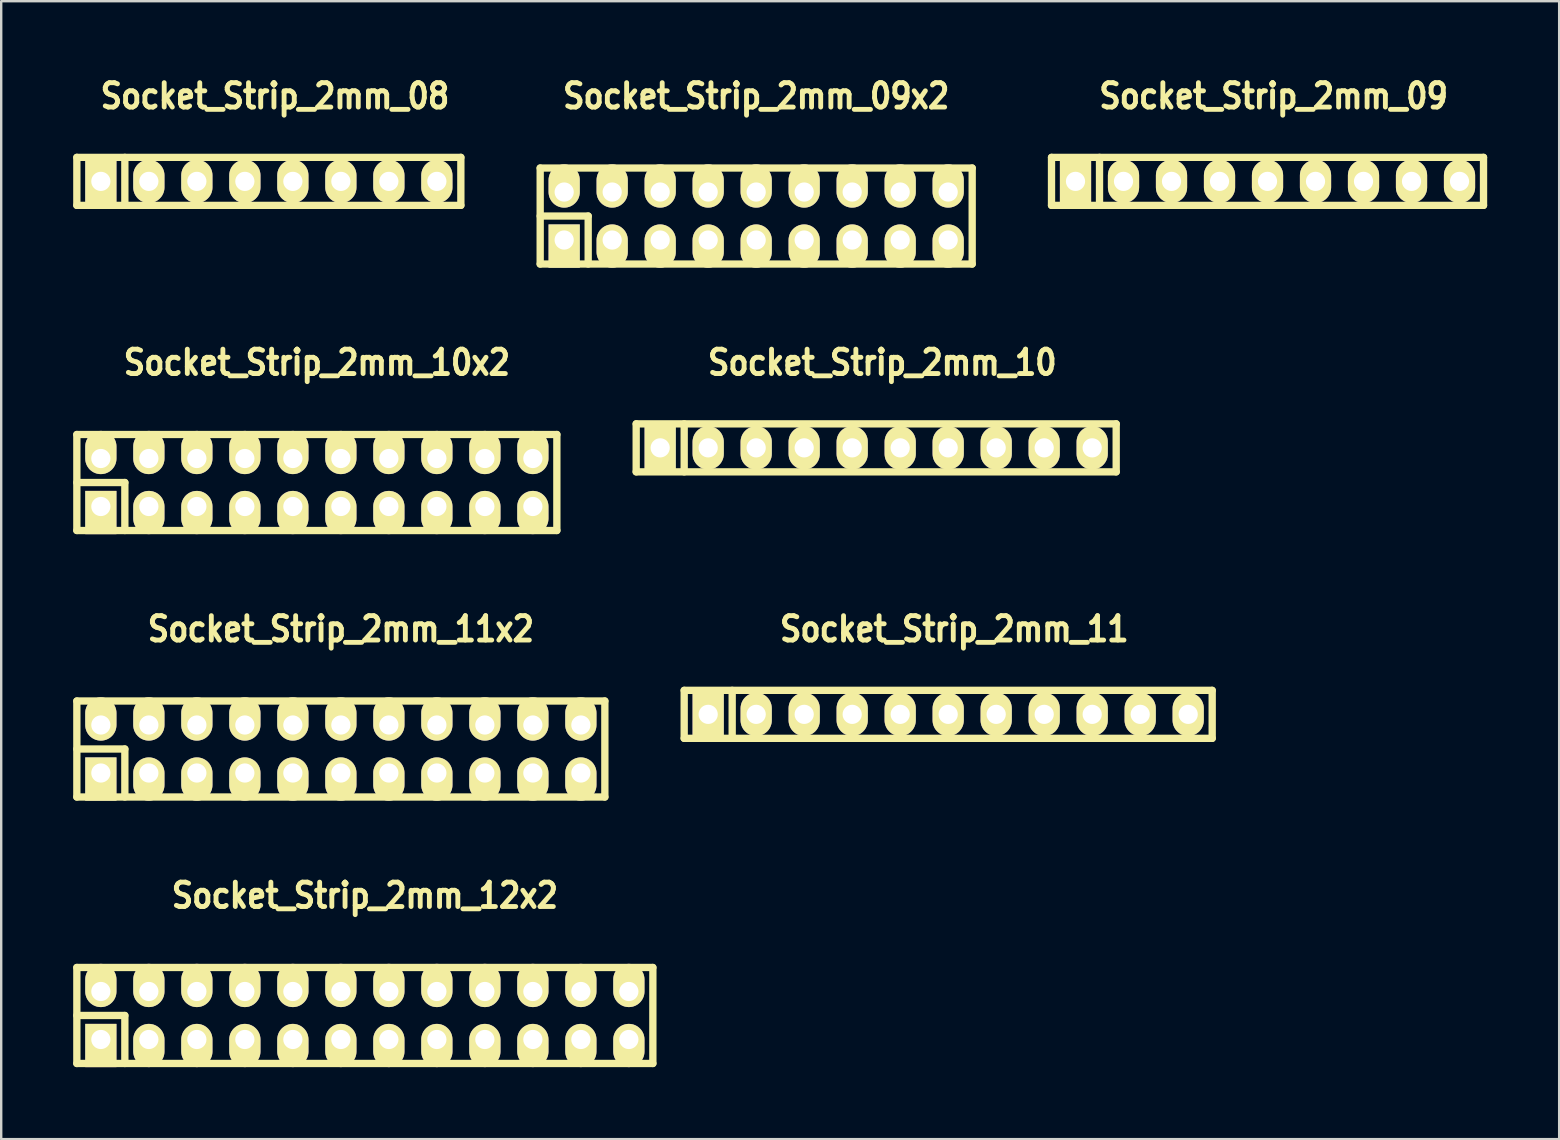
<source format=kicad_pcb>
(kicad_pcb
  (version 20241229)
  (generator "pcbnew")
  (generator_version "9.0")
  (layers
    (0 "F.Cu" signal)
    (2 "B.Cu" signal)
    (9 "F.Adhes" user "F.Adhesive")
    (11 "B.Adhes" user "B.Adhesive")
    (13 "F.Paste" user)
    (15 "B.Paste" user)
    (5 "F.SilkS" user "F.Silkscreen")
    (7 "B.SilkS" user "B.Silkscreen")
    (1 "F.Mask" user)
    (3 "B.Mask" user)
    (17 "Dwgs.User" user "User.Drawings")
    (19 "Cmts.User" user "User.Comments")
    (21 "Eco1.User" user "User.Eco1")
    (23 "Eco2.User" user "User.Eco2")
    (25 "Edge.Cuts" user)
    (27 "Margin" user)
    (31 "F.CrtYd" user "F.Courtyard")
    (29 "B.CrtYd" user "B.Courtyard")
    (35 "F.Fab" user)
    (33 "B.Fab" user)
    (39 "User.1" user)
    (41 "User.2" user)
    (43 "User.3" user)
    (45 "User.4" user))
  (footprint "Socket_Strip_2mm_10"
    (layer "F.Cu")
    (at 33.457 15.61)
    (property "Reference" "Socket_Strip_2mm_10" (at 0.254 -3.556 0) (layer "F.SilkS") (effects (font (size 1.016 0.889) (thickness 0.203))))
    (attr through_hole)
    (fp_line (start -10 -1) (end 10 -1) (stroke (width 0.305) (type solid)) (layer "F.SilkS"))
    (fp_line (start -10 1) (end -10 -1) (stroke (width 0.305) (type solid)) (layer "F.SilkS"))
    (fp_line (start -8 -1) (end -8 1) (stroke (width 0.305) (type solid)) (layer "F.SilkS"))
    (fp_line (start 10 -1) (end 10 1) (stroke (width 0.305) (type solid)) (layer "F.SilkS"))
    (fp_line (start 10 1) (end -10 1) (stroke (width 0.305) (type solid)) (layer "F.SilkS"))
    (pad "1" thru_hole rect (at -9 0) (size 1.3 1.8) (drill 0.8) (layers "*.Cu" "*.Mask" "F.SilkS"))
    (pad "2" thru_hole oval (at -7 0) (size 1.3 1.8) (drill 0.8) (layers "*.Cu" "*.Mask" "F.SilkS"))
    (pad "3" thru_hole oval (at -5 0) (size 1.3 1.8) (drill 0.8) (layers "*.Cu" "*.Mask" "F.SilkS"))
    (pad "4" thru_hole oval (at -3 0) (size 1.3 1.8) (drill 0.8) (layers "*.Cu" "*.Mask" "F.SilkS"))
    (pad "5" thru_hole oval (at -1 0) (size 1.3 1.8) (drill 0.8) (layers "*.Cu" "*.Mask" "F.SilkS"))
    (pad "6" thru_hole oval (at 1 0) (size 1.3 1.8) (drill 0.8) (layers "*.Cu" "*.Mask" "F.SilkS"))
    (pad "7" thru_hole oval (at 3 0) (size 1.3 1.8) (drill 0.8) (layers "*.Cu" "*.Mask" "F.SilkS"))
    (pad "8" thru_hole oval (at 5 0) (size 1.3 1.8) (drill 0.8) (layers "*.Cu" "*.Mask" "F.SilkS"))
    (pad "9" thru_hole oval (at 7 0) (size 1.3 1.8) (drill 0.8) (layers "*.Cu" "*.Mask" "F.SilkS"))
    (pad "10" thru_hole oval (at 9 0) (size 1.3 1.8) (drill 0.8) (layers "*.Cu" "*.Mask" "F.SilkS")))
  (footprint "Socket_Strip_2mm_08"
    (layer "F.Cu")
    (at 8.152 4.507)
    (property "Reference" "Socket_Strip_2mm_08" (at 0.254 -3.556 0) (layer "F.SilkS") (effects (font (size 1.016 0.889) (thickness 0.203))))
    (attr through_hole)
    (fp_line (start -8 -1) (end 8 -1) (stroke (width 0.305) (type solid)) (layer "F.SilkS"))
    (fp_line (start -8 1) (end -8 -1) (stroke (width 0.305) (type solid)) (layer "F.SilkS"))
    (fp_line (start -6 -1) (end -6 1) (stroke (width 0.305) (type solid)) (layer "F.SilkS"))
    (fp_line (start 8 -1) (end 8 1) (stroke (width 0.305) (type solid)) (layer "F.SilkS"))
    (fp_line (start 8 1) (end -8 1) (stroke (width 0.305) (type solid)) (layer "F.SilkS"))
    (pad "1" thru_hole rect (at -7 0) (size 1.3 1.8) (drill 0.8) (layers "*.Cu" "*.Mask" "F.SilkS"))
    (pad "2" thru_hole oval (at -5 0) (size 1.3 1.8) (drill 0.8) (layers "*.Cu" "*.Mask" "F.SilkS"))
    (pad "3" thru_hole oval (at -3 0) (size 1.3 1.8) (drill 0.8) (layers "*.Cu" "*.Mask" "F.SilkS"))
    (pad "4" thru_hole oval (at -1 0) (size 1.3 1.8) (drill 0.8) (layers "*.Cu" "*.Mask" "F.SilkS"))
    (pad "5" thru_hole oval (at 1 0) (size 1.3 1.8) (drill 0.8) (layers "*.Cu" "*.Mask" "F.SilkS"))
    (pad "6" thru_hole oval (at 3 0) (size 1.3 1.8) (drill 0.8) (layers "*.Cu" "*.Mask" "F.SilkS"))
    (pad "7" thru_hole oval (at 5 0) (size 1.3 1.8) (drill 0.8) (layers "*.Cu" "*.Mask" "F.SilkS"))
    (pad "8" thru_hole oval (at 7 0) (size 1.3 1.8) (drill 0.8) (layers "*.Cu" "*.Mask" "F.SilkS")))
  (footprint "Socket_Strip_2mm_11x2"
    (layer "F.Cu")
    (at 11.152 28.158)
    (property "Reference" "Socket_Strip_2mm_11x2" (at 0 -5 0) (layer "F.SilkS") (effects (font (size 1.016 0.889) (thickness 0.203))))
    (attr through_hole)
    (fp_line (start -11 -2) (end 11 -2) (stroke (width 0.305) (type solid)) (layer "F.SilkS"))
    (fp_line (start -11 0) (end -9 0) (stroke (width 0.305) (type solid)) (layer "F.SilkS"))
    (fp_line (start -11 2) (end -11 -2) (stroke (width 0.305) (type solid)) (layer "F.SilkS"))
    (fp_line (start -9 0) (end -9 2) (stroke (width 0.305) (type solid)) (layer "F.SilkS"))
    (fp_line (start 11 -2) (end 11 2) (stroke (width 0.305) (type solid)) (layer "F.SilkS"))
    (fp_line (start 11 2) (end -11 2) (stroke (width 0.305) (type solid)) (layer "F.SilkS"))
    (pad "1" thru_hole rect (at -10 1) (size 1.3 1.8) (drill 0.8 (offset 0 0.25)) (layers "*.Cu" "*.Mask" "F.SilkS"))
    (pad "2" thru_hole oval (at -10 -1) (size 1.3 1.8) (drill 0.8 (offset 0 -0.25)) (layers "*.Cu" "*.Mask" "F.SilkS"))
    (pad "3" thru_hole oval (at -8 1) (size 1.3 1.8) (drill 0.8 (offset 0 0.25)) (layers "*.Cu" "*.Mask" "F.SilkS"))
    (pad "4" thru_hole oval (at -8 -1) (size 1.3 1.8) (drill 0.8 (offset 0 -0.25)) (layers "*.Cu" "*.Mask" "F.SilkS"))
    (pad "5" thru_hole oval (at -6 1) (size 1.3 1.8) (drill 0.8 (offset 0 0.25)) (layers "*.Cu" "*.Mask" "F.SilkS"))
    (pad "6" thru_hole oval (at -6 -1) (size 1.3 1.8) (drill 0.8 (offset 0 -0.25)) (layers "*.Cu" "*.Mask" "F.SilkS"))
    (pad "7" thru_hole oval (at -4 1) (size 1.3 1.8) (drill 0.8 (offset 0 0.25)) (layers "*.Cu" "*.Mask" "F.SilkS"))
    (pad "8" thru_hole oval (at -4 -1) (size 1.3 1.8) (drill 0.8 (offset 0 -0.25)) (layers "*.Cu" "*.Mask" "F.SilkS"))
    (pad "9" thru_hole oval (at -2 1) (size 1.3 1.8) (drill 0.8 (offset 0 0.25)) (layers "*.Cu" "*.Mask" "F.SilkS"))
    (pad "10" thru_hole oval (at -2 -1) (size 1.3 1.8) (drill 0.8 (offset 0 -0.25)) (layers "*.Cu" "*.Mask" "F.SilkS"))
    (pad "11" thru_hole oval (at 0 1) (size 1.3 1.8) (drill 0.8 (offset 0 0.25)) (layers "*.Cu" "*.Mask" "F.SilkS"))
    (pad "12" thru_hole oval (at 0 -1) (size 1.3 1.8) (drill 0.8 (offset 0 -0.25)) (layers "*.Cu" "*.Mask" "F.SilkS"))
    (pad "13" thru_hole oval (at 2 1) (size 1.3 1.8) (drill 0.8 (offset 0 0.25)) (layers "*.Cu" "*.Mask" "F.SilkS"))
    (pad "14" thru_hole oval (at 2 -1) (size 1.3 1.8) (drill 0.8 (offset 0 -0.25)) (layers "*.Cu" "*.Mask" "F.SilkS"))
    (pad "15" thru_hole oval (at 4 1) (size 1.3 1.8) (drill 0.8 (offset 0 0.25)) (layers "*.Cu" "*.Mask" "F.SilkS"))
    (pad "16" thru_hole oval (at 4 -1) (size 1.3 1.8) (drill 0.8 (offset 0 -0.25)) (layers "*.Cu" "*.Mask" "F.SilkS"))
    (pad "17" thru_hole oval (at 6 1) (size 1.3 1.8) (drill 0.8 (offset 0 0.25)) (layers "*.Cu" "*.Mask" "F.SilkS"))
    (pad "18" thru_hole oval (at 6 -1) (size 1.3 1.8) (drill 0.8 (offset 0 -0.25)) (layers "*.Cu" "*.Mask" "F.SilkS"))
    (pad "19" thru_hole oval (at 8 1) (size 1.3 1.8) (drill 0.8 (offset 0 0.25)) (layers "*.Cu" "*.Mask" "F.SilkS"))
    (pad "20" thru_hole oval (at 8 -1) (size 1.3 1.8) (drill 0.8 (offset 0 -0.25)) (layers "*.Cu" "*.Mask" "F.SilkS"))
    (pad "21" thru_hole oval (at 10 1) (size 1.3 1.8) (drill 0.8 (offset 0 0.25)) (layers "*.Cu" "*.Mask" "F.SilkS"))
    (pad "22" thru_hole oval (at 10 -1) (size 1.3 1.8) (drill 0.8 (offset 0 -0.25)) (layers "*.Cu" "*.Mask" "F.SilkS")))
  (footprint "Socket_Strip_2mm_09x2"
    (layer "F.Cu")
    (at 28.457 5.951)
    (property "Reference" "Socket_Strip_2mm_09x2" (at 0 -5 0) (layer "F.SilkS") (effects (font (size 1.016 0.889) (thickness 0.203))))
    (attr through_hole)
    (fp_line (start -9 -2) (end 9 -2) (stroke (width 0.305) (type solid)) (layer "F.SilkS"))
    (fp_line (start -9 0) (end -7 0) (stroke (width 0.305) (type solid)) (layer "F.SilkS"))
    (fp_line (start -9 2) (end -9 -2) (stroke (width 0.305) (type solid)) (layer "F.SilkS"))
    (fp_line (start -7 0) (end -7 2) (stroke (width 0.305) (type solid)) (layer "F.SilkS"))
    (fp_line (start 9 -2) (end 9 2) (stroke (width 0.305) (type solid)) (layer "F.SilkS"))
    (fp_line (start 9 2) (end -9 2) (stroke (width 0.305) (type solid)) (layer "F.SilkS"))
    (pad "1" thru_hole rect (at -8 1) (size 1.3 1.8) (drill 0.8 (offset 0 0.25)) (layers "*.Cu" "*.Mask" "F.SilkS"))
    (pad "2" thru_hole oval (at -8 -1) (size 1.3 1.8) (drill 0.8 (offset 0 -0.25)) (layers "*.Cu" "*.Mask" "F.SilkS"))
    (pad "3" thru_hole oval (at -6 1) (size 1.3 1.8) (drill 0.8 (offset 0 0.25)) (layers "*.Cu" "*.Mask" "F.SilkS"))
    (pad "4" thru_hole oval (at -6 -1) (size 1.3 1.8) (drill 0.8 (offset 0 -0.25)) (layers "*.Cu" "*.Mask" "F.SilkS"))
    (pad "5" thru_hole oval (at -4 1) (size 1.3 1.8) (drill 0.8 (offset 0 0.25)) (layers "*.Cu" "*.Mask" "F.SilkS"))
    (pad "6" thru_hole oval (at -4 -1) (size 1.3 1.8) (drill 0.8 (offset 0 -0.25)) (layers "*.Cu" "*.Mask" "F.SilkS"))
    (pad "7" thru_hole oval (at -2 1) (size 1.3 1.8) (drill 0.8 (offset 0 0.25)) (layers "*.Cu" "*.Mask" "F.SilkS"))
    (pad "8" thru_hole oval (at -2 -1) (size 1.3 1.8) (drill 0.8 (offset 0 -0.25)) (layers "*.Cu" "*.Mask" "F.SilkS"))
    (pad "9" thru_hole oval (at 0 1) (size 1.3 1.8) (drill 0.8 (offset 0 0.25)) (layers "*.Cu" "*.Mask" "F.SilkS"))
    (pad "10" thru_hole oval (at 0 -1) (size 1.3 1.8) (drill 0.8 (offset 0 -0.25)) (layers "*.Cu" "*.Mask" "F.SilkS"))
    (pad "11" thru_hole oval (at 2 1) (size 1.3 1.8) (drill 0.8 (offset 0 0.25)) (layers "*.Cu" "*.Mask" "F.SilkS"))
    (pad "12" thru_hole oval (at 2 -1) (size 1.3 1.8) (drill 0.8 (offset 0 -0.25)) (layers "*.Cu" "*.Mask" "F.SilkS"))
    (pad "13" thru_hole oval (at 4 1) (size 1.3 1.8) (drill 0.8 (offset 0 0.25)) (layers "*.Cu" "*.Mask" "F.SilkS"))
    (pad "14" thru_hole oval (at 4 -1) (size 1.3 1.8) (drill 0.8 (offset 0 -0.25)) (layers "*.Cu" "*.Mask" "F.SilkS"))
    (pad "15" thru_hole oval (at 6 1) (size 1.3 1.8) (drill 0.8 (offset 0 0.25)) (layers "*.Cu" "*.Mask" "F.SilkS"))
    (pad "16" thru_hole oval (at 6 -1) (size 1.3 1.8) (drill 0.8 (offset 0 -0.25)) (layers "*.Cu" "*.Mask" "F.SilkS"))
    (pad "17" thru_hole oval (at 8 1) (size 1.3 1.8) (drill 0.8 (offset 0 0.25)) (layers "*.Cu" "*.Mask" "F.SilkS"))
    (pad "18" thru_hole oval (at 8 -1) (size 1.3 1.8) (drill 0.8 (offset 0 -0.25)) (layers "*.Cu" "*.Mask" "F.SilkS")))
  (footprint "Socket_Strip_2mm_12x2"
    (layer "F.Cu")
    (at 12.152 39.261)
    (property "Reference" "Socket_Strip_2mm_12x2" (at 0 -5 0) (layer "F.SilkS") (effects (font (size 1.016 0.889) (thickness 0.203))))
    (attr through_hole)
    (fp_line (start -12 -2) (end 12 -2) (stroke (width 0.305) (type solid)) (layer "F.SilkS"))
    (fp_line (start -12 0) (end -10 0) (stroke (width 0.305) (type solid)) (layer "F.SilkS"))
    (fp_line (start -12 2) (end -12 -2) (stroke (width 0.305) (type solid)) (layer "F.SilkS"))
    (fp_line (start -10 0) (end -10 2) (stroke (width 0.305) (type solid)) (layer "F.SilkS"))
    (fp_line (start 12 -2) (end 12 2) (stroke (width 0.305) (type solid)) (layer "F.SilkS"))
    (fp_line (start 12 2) (end -12 2) (stroke (width 0.305) (type solid)) (layer "F.SilkS"))
    (pad "1" thru_hole rect (at -11 1) (size 1.3 1.8) (drill 0.8 (offset 0 0.25)) (layers "*.Cu" "*.Mask" "F.SilkS"))
    (pad "2" thru_hole oval (at -11 -1) (size 1.3 1.8) (drill 0.8 (offset 0 -0.25)) (layers "*.Cu" "*.Mask" "F.SilkS"))
    (pad "3" thru_hole oval (at -9 1) (size 1.3 1.8) (drill 0.8 (offset 0 0.25)) (layers "*.Cu" "*.Mask" "F.SilkS"))
    (pad "4" thru_hole oval (at -9 -1) (size 1.3 1.8) (drill 0.8 (offset 0 -0.25)) (layers "*.Cu" "*.Mask" "F.SilkS"))
    (pad "5" thru_hole oval (at -7 1) (size 1.3 1.8) (drill 0.8 (offset 0 0.25)) (layers "*.Cu" "*.Mask" "F.SilkS"))
    (pad "6" thru_hole oval (at -7 -1) (size 1.3 1.8) (drill 0.8 (offset 0 -0.25)) (layers "*.Cu" "*.Mask" "F.SilkS"))
    (pad "7" thru_hole oval (at -5 1) (size 1.3 1.8) (drill 0.8 (offset 0 0.25)) (layers "*.Cu" "*.Mask" "F.SilkS"))
    (pad "8" thru_hole oval (at -5 -1) (size 1.3 1.8) (drill 0.8 (offset 0 -0.25)) (layers "*.Cu" "*.Mask" "F.SilkS"))
    (pad "9" thru_hole oval (at -3 1) (size 1.3 1.8) (drill 0.8 (offset 0 0.25)) (layers "*.Cu" "*.Mask" "F.SilkS"))
    (pad "10" thru_hole oval (at -3 -1) (size 1.3 1.8) (drill 0.8 (offset 0 -0.25)) (layers "*.Cu" "*.Mask" "F.SilkS"))
    (pad "11" thru_hole oval (at -1 1) (size 1.3 1.8) (drill 0.8 (offset 0 0.25)) (layers "*.Cu" "*.Mask" "F.SilkS"))
    (pad "12" thru_hole oval (at -1 -1) (size 1.3 1.8) (drill 0.8 (offset 0 -0.25)) (layers "*.Cu" "*.Mask" "F.SilkS"))
    (pad "13" thru_hole oval (at 1 1) (size 1.3 1.8) (drill 0.8 (offset 0 0.25)) (layers "*.Cu" "*.Mask" "F.SilkS"))
    (pad "14" thru_hole oval (at 1 -1) (size 1.3 1.8) (drill 0.8 (offset 0 -0.25)) (layers "*.Cu" "*.Mask" "F.SilkS"))
    (pad "15" thru_hole oval (at 3 1) (size 1.3 1.8) (drill 0.8 (offset 0 0.25)) (layers "*.Cu" "*.Mask" "F.SilkS"))
    (pad "16" thru_hole oval (at 3 -1) (size 1.3 1.8) (drill 0.8 (offset 0 -0.25)) (layers "*.Cu" "*.Mask" "F.SilkS"))
    (pad "17" thru_hole oval (at 5 1) (size 1.3 1.8) (drill 0.8 (offset 0 0.25)) (layers "*.Cu" "*.Mask" "F.SilkS"))
    (pad "18" thru_hole oval (at 5 -1) (size 1.3 1.8) (drill 0.8 (offset 0 -0.25)) (layers "*.Cu" "*.Mask" "F.SilkS"))
    (pad "19" thru_hole oval (at 7 1) (size 1.3 1.8) (drill 0.8 (offset 0 0.25)) (layers "*.Cu" "*.Mask" "F.SilkS"))
    (pad "20" thru_hole oval (at 7 -1) (size 1.3 1.8) (drill 0.8 (offset 0 -0.25)) (layers "*.Cu" "*.Mask" "F.SilkS"))
    (pad "21" thru_hole oval (at 9 1) (size 1.3 1.8) (drill 0.8 (offset 0 0.25)) (layers "*.Cu" "*.Mask" "F.SilkS"))
    (pad "22" thru_hole oval (at 9 -1) (size 1.3 1.8) (drill 0.8 (offset 0 -0.25)) (layers "*.Cu" "*.Mask" "F.SilkS"))
    (pad "23" thru_hole oval (at 11 1) (size 1.3 1.8) (drill 0.8 (offset 0 0.25)) (layers "*.Cu" "*.Mask" "F.SilkS"))
    (pad "24" thru_hole oval (at 11 -1) (size 1.3 1.8) (drill 0.8 (offset 0 -0.25)) (layers "*.Cu" "*.Mask" "F.SilkS")))
  (footprint "Socket_Strip_2mm_11"
    (layer "F.Cu")
    (at 36.457 26.714)
    (property "Reference" "Socket_Strip_2mm_11" (at 0.254 -3.556 0) (layer "F.SilkS") (effects (font (size 1.016 0.889) (thickness 0.203))))
    (attr through_hole)
    (fp_line (start -11 -1) (end 11 -1) (stroke (width 0.305) (type solid)) (layer "F.SilkS"))
    (fp_line (start -11 1) (end -11 -1) (stroke (width 0.305) (type solid)) (layer "F.SilkS"))
    (fp_line (start -9 -1) (end -9 1) (stroke (width 0.305) (type solid)) (layer "F.SilkS"))
    (fp_line (start 11 -1) (end 11 1) (stroke (width 0.305) (type solid)) (layer "F.SilkS"))
    (fp_line (start 11 1) (end -11 1) (stroke (width 0.305) (type solid)) (layer "F.SilkS"))
    (pad "1" thru_hole rect (at -10 0) (size 1.3 1.8) (drill 0.8) (layers "*.Cu" "*.Mask" "F.SilkS"))
    (pad "2" thru_hole oval (at -8 0) (size 1.3 1.8) (drill 0.8) (layers "*.Cu" "*.Mask" "F.SilkS"))
    (pad "3" thru_hole oval (at -6 0) (size 1.3 1.8) (drill 0.8) (layers "*.Cu" "*.Mask" "F.SilkS"))
    (pad "4" thru_hole oval (at -4 0) (size 1.3 1.8) (drill 0.8) (layers "*.Cu" "*.Mask" "F.SilkS"))
    (pad "5" thru_hole oval (at -2 0) (size 1.3 1.8) (drill 0.8) (layers "*.Cu" "*.Mask" "F.SilkS"))
    (pad "6" thru_hole oval (at 0 0) (size 1.3 1.8) (drill 0.8) (layers "*.Cu" "*.Mask" "F.SilkS"))
    (pad "7" thru_hole oval (at 2 0) (size 1.3 1.8) (drill 0.8) (layers "*.Cu" "*.Mask" "F.SilkS"))
    (pad "8" thru_hole oval (at 4 0) (size 1.3 1.8) (drill 0.8) (layers "*.Cu" "*.Mask" "F.SilkS"))
    (pad "9" thru_hole oval (at 6 0) (size 1.3 1.8) (drill 0.8) (layers "*.Cu" "*.Mask" "F.SilkS"))
    (pad "10" thru_hole oval (at 8 0) (size 1.3 1.8) (drill 0.8) (layers "*.Cu" "*.Mask" "F.SilkS"))
    (pad "11" thru_hole oval (at 10 0) (size 1.3 1.8) (drill 0.8) (layers "*.Cu" "*.Mask" "F.SilkS")))
  (footprint "Socket_Strip_2mm_09"
    (layer "F.Cu")
    (at 49.762 4.507)
    (property "Reference" "Socket_Strip_2mm_09" (at 0.254 -3.556 0) (layer "F.SilkS") (effects (font (size 1.016 0.889) (thickness 0.203))))
    (attr through_hole)
    (fp_line (start -9 -1) (end 9 -1) (stroke (width 0.305) (type solid)) (layer "F.SilkS"))
    (fp_line (start -9 1) (end -9 -1) (stroke (width 0.305) (type solid)) (layer "F.SilkS"))
    (fp_line (start -7 -1) (end -7 1) (stroke (width 0.305) (type solid)) (layer "F.SilkS"))
    (fp_line (start 9 -1) (end 9 1) (stroke (width 0.305) (type solid)) (layer "F.SilkS"))
    (fp_line (start 9 1) (end -9 1) (stroke (width 0.305) (type solid)) (layer "F.SilkS"))
    (pad "1" thru_hole rect (at -8 0) (size 1.3 1.8) (drill 0.8) (layers "*.Cu" "*.Mask" "F.SilkS"))
    (pad "2" thru_hole oval (at -6 0) (size 1.3 1.8) (drill 0.8) (layers "*.Cu" "*.Mask" "F.SilkS"))
    (pad "3" thru_hole oval (at -4 0) (size 1.3 1.8) (drill 0.8) (layers "*.Cu" "*.Mask" "F.SilkS"))
    (pad "4" thru_hole oval (at -2 0) (size 1.3 1.8) (drill 0.8) (layers "*.Cu" "*.Mask" "F.SilkS"))
    (pad "5" thru_hole oval (at 0 0) (size 1.3 1.8) (drill 0.8) (layers "*.Cu" "*.Mask" "F.SilkS"))
    (pad "6" thru_hole oval (at 2 0) (size 1.3 1.8) (drill 0.8) (layers "*.Cu" "*.Mask" "F.SilkS"))
    (pad "7" thru_hole oval (at 4 0) (size 1.3 1.8) (drill 0.8) (layers "*.Cu" "*.Mask" "F.SilkS"))
    (pad "8" thru_hole oval (at 6 0) (size 1.3 1.8) (drill 0.8) (layers "*.Cu" "*.Mask" "F.SilkS"))
    (pad "9" thru_hole oval (at 8 0) (size 1.3 1.8) (drill 0.8) (layers "*.Cu" "*.Mask" "F.SilkS")))
  (footprint "Socket_Strip_2mm_10x2"
    (layer "F.Cu")
    (at 10.152 17.054)
    (property "Reference" "Socket_Strip_2mm_10x2" (at 0 -5 0) (layer "F.SilkS") (effects (font (size 1.016 0.889) (thickness 0.203))))
    (attr through_hole)
    (fp_line (start -10 -2) (end 10 -2) (stroke (width 0.305) (type solid)) (layer "F.SilkS"))
    (fp_line (start -10 0) (end -8 0) (stroke (width 0.305) (type solid)) (layer "F.SilkS"))
    (fp_line (start -10 2) (end -10 -2) (stroke (width 0.305) (type solid)) (layer "F.SilkS"))
    (fp_line (start -8 0) (end -8 2) (stroke (width 0.305) (type solid)) (layer "F.SilkS"))
    (fp_line (start 10 -2) (end 10 2) (stroke (width 0.305) (type solid)) (layer "F.SilkS"))
    (fp_line (start 10 2) (end -10 2) (stroke (width 0.305) (type solid)) (layer "F.SilkS"))
    (pad "1" thru_hole rect (at -9 1) (size 1.3 1.8) (drill 0.8 (offset 0 0.25)) (layers "*.Cu" "*.Mask" "F.SilkS"))
    (pad "2" thru_hole oval (at -9 -1) (size 1.3 1.8) (drill 0.8 (offset 0 -0.25)) (layers "*.Cu" "*.Mask" "F.SilkS"))
    (pad "3" thru_hole oval (at -7 1) (size 1.3 1.8) (drill 0.8 (offset 0 0.25)) (layers "*.Cu" "*.Mask" "F.SilkS"))
    (pad "4" thru_hole oval (at -7 -1) (size 1.3 1.8) (drill 0.8 (offset 0 -0.25)) (layers "*.Cu" "*.Mask" "F.SilkS"))
    (pad "5" thru_hole oval (at -5 1) (size 1.3 1.8) (drill 0.8 (offset 0 0.25)) (layers "*.Cu" "*.Mask" "F.SilkS"))
    (pad "6" thru_hole oval (at -5 -1) (size 1.3 1.8) (drill 0.8 (offset 0 -0.25)) (layers "*.Cu" "*.Mask" "F.SilkS"))
    (pad "7" thru_hole oval (at -3 1) (size 1.3 1.8) (drill 0.8 (offset 0 0.25)) (layers "*.Cu" "*.Mask" "F.SilkS"))
    (pad "8" thru_hole oval (at -3 -1) (size 1.3 1.8) (drill 0.8 (offset 0 -0.25)) (layers "*.Cu" "*.Mask" "F.SilkS"))
    (pad "9" thru_hole oval (at -1 1) (size 1.3 1.8) (drill 0.8 (offset 0 0.25)) (layers "*.Cu" "*.Mask" "F.SilkS"))
    (pad "10" thru_hole oval (at -1 -1) (size 1.3 1.8) (drill 0.8 (offset 0 -0.25)) (layers "*.Cu" "*.Mask" "F.SilkS"))
    (pad "11" thru_hole oval (at 1 1) (size 1.3 1.8) (drill 0.8 (offset 0 0.25)) (layers "*.Cu" "*.Mask" "F.SilkS"))
    (pad "12" thru_hole oval (at 1 -1) (size 1.3 1.8) (drill 0.8 (offset 0 -0.25)) (layers "*.Cu" "*.Mask" "F.SilkS"))
    (pad "13" thru_hole oval (at 3 1) (size 1.3 1.8) (drill 0.8 (offset 0 0.25)) (layers "*.Cu" "*.Mask" "F.SilkS"))
    (pad "14" thru_hole oval (at 3 -1) (size 1.3 1.8) (drill 0.8 (offset 0 -0.25)) (layers "*.Cu" "*.Mask" "F.SilkS"))
    (pad "15" thru_hole oval (at 5 1) (size 1.3 1.8) (drill 0.8 (offset 0 0.25)) (layers "*.Cu" "*.Mask" "F.SilkS"))
    (pad "16" thru_hole oval (at 5 -1) (size 1.3 1.8) (drill 0.8 (offset 0 -0.25)) (layers "*.Cu" "*.Mask" "F.SilkS"))
    (pad "17" thru_hole oval (at 7 1) (size 1.3 1.8) (drill 0.8 (offset 0 0.25)) (layers "*.Cu" "*.Mask" "F.SilkS"))
    (pad "18" thru_hole oval (at 7 -1) (size 1.3 1.8) (drill 0.8 (offset 0 -0.25)) (layers "*.Cu" "*.Mask" "F.SilkS"))
    (pad "19" thru_hole oval (at 9 1) (size 1.3 1.8) (drill 0.8 (offset 0 0.25)) (layers "*.Cu" "*.Mask" "F.SilkS"))
    (pad "20" thru_hole oval (at 9 -1) (size 1.3 1.8) (drill 0.8 (offset 0 -0.25)) (layers "*.Cu" "*.Mask" "F.SilkS")))
  (gr_rect
    (start -3 -3)
    (end 61.914 44.414)
    (stroke (width 0.1) (type default))
    (fill no)
    (layer "Edge.Cuts")))
</source>
